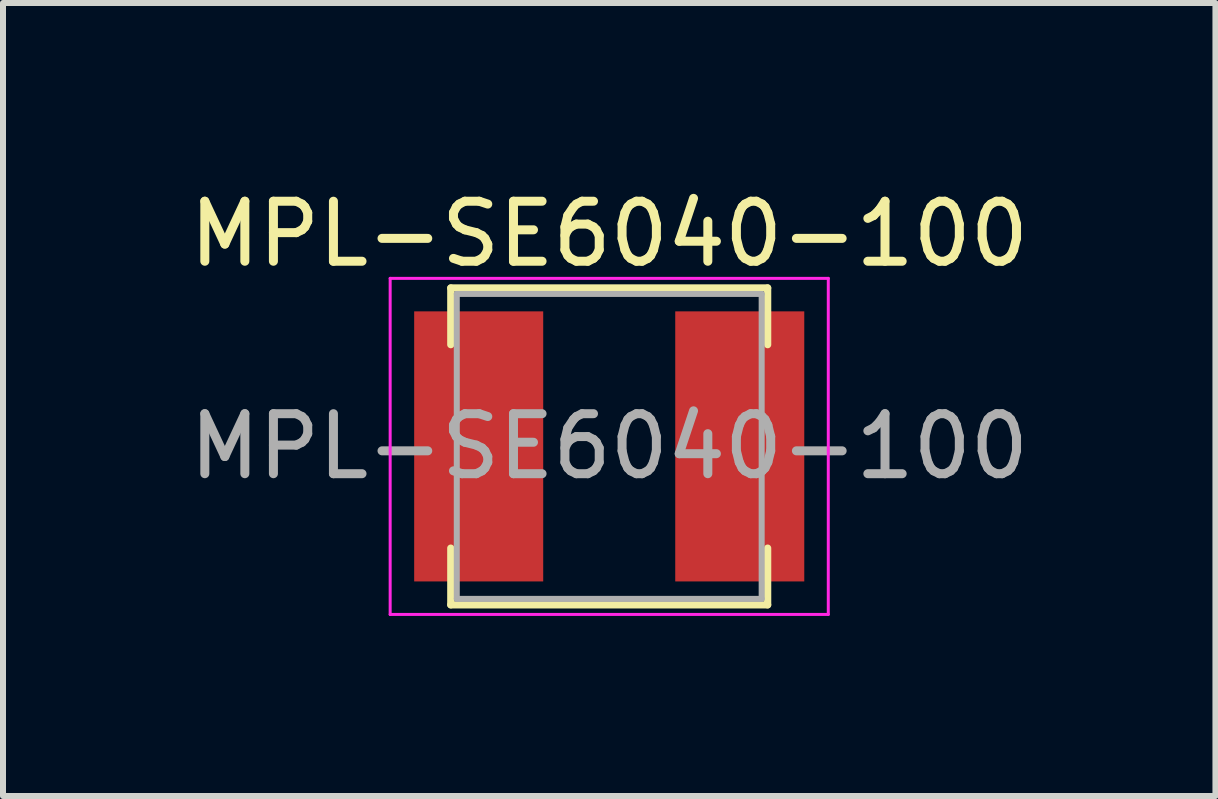
<source format=kicad_pcb>
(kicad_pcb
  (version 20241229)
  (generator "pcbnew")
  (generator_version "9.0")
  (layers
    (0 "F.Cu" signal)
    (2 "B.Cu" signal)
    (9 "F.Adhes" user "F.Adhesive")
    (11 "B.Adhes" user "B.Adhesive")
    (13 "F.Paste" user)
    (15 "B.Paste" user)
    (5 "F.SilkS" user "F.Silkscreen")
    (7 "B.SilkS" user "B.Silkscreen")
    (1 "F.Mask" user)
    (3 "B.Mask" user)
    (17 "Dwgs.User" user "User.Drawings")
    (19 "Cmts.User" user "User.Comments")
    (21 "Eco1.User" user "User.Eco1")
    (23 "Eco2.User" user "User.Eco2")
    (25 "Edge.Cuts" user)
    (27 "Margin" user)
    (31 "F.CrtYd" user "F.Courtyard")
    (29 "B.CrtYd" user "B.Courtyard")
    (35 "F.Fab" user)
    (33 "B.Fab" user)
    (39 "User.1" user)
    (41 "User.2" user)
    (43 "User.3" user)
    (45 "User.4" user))
  (footprint "MPL-SE6040-100"
    (layer "F.Cu")
    (at 7.101 4.388)
    (property "Reference" "MPL-SE6040-100" (at 0 -3.54 0) (layer "F.SilkS") (effects (font (size 1 1) (thickness 0.15))))
    (attr smd)
    (fp_line (start -2.64 -2.64) (end 2.64 -2.64) (stroke (width 0.12) (type solid)) (layer "F.SilkS"))
    (fp_line (start -2.64 -1.695) (end -2.64 -2.64) (stroke (width 0.12) (type solid)) (layer "F.SilkS"))
    (fp_line (start -2.64 1.695) (end -2.64 2.64) (stroke (width 0.12) (type solid)) (layer "F.SilkS"))
    (fp_line (start -2.64 2.64) (end 2.64 2.64) (stroke (width 0.12) (type solid)) (layer "F.SilkS"))
    (fp_line (start 2.64 -2.64) (end 2.64 -1.695) (stroke (width 0.12) (type solid)) (layer "F.SilkS"))
    (fp_line (start 2.64 2.64) (end 2.64 1.695) (stroke (width 0.12) (type solid)) (layer "F.SilkS"))
    (fp_line (start -3.65 -2.8) (end -3.65 2.8) (stroke (width 0.05) (type solid)) (layer "F.CrtYd"))
    (fp_line (start -3.65 2.8) (end 3.65 2.8) (stroke (width 0.05) (type solid)) (layer "F.CrtYd"))
    (fp_line (start 3.65 -2.8) (end -3.65 -2.8) (stroke (width 0.05) (type solid)) (layer "F.CrtYd"))
    (fp_line (start 3.65 2.8) (end 3.65 -2.8) (stroke (width 0.05) (type solid)) (layer "F.CrtYd"))
    (fp_line (start -2.54 -2.54) (end -2.54 2.54) (stroke (width 0.1) (type solid)) (layer "F.Fab"))
    (fp_line (start -2.54 2.54) (end 2.54 2.54) (stroke (width 0.1) (type solid)) (layer "F.Fab"))
    (fp_line (start 2.54 -2.54) (end -2.54 -2.54) (stroke (width 0.1) (type solid)) (layer "F.Fab"))
    (fp_line (start 2.54 2.54) (end 2.54 -2.54) (stroke (width 0.1) (type solid)) (layer "F.Fab"))
    (fp_text user "${REFERENCE}" (at 0 0 0) (layer "F.Fab") (effects (font (size 1 1) (thickness 0.15))))
    (pad "1" smd rect (at -2.175 0) (size 2.15 4.5) (layers "F.Cu" "F.Mask" "F.Paste"))
    (pad "2" smd rect (at 2.175 0) (size 2.15 4.5) (layers "F.Cu" "F.Mask" "F.Paste")))
  (gr_rect
    (start -3 -3)
    (end 17.202 10.213)
    (stroke (width 0.1) (type default))
    (fill no)
    (layer "Edge.Cuts")))
</source>
